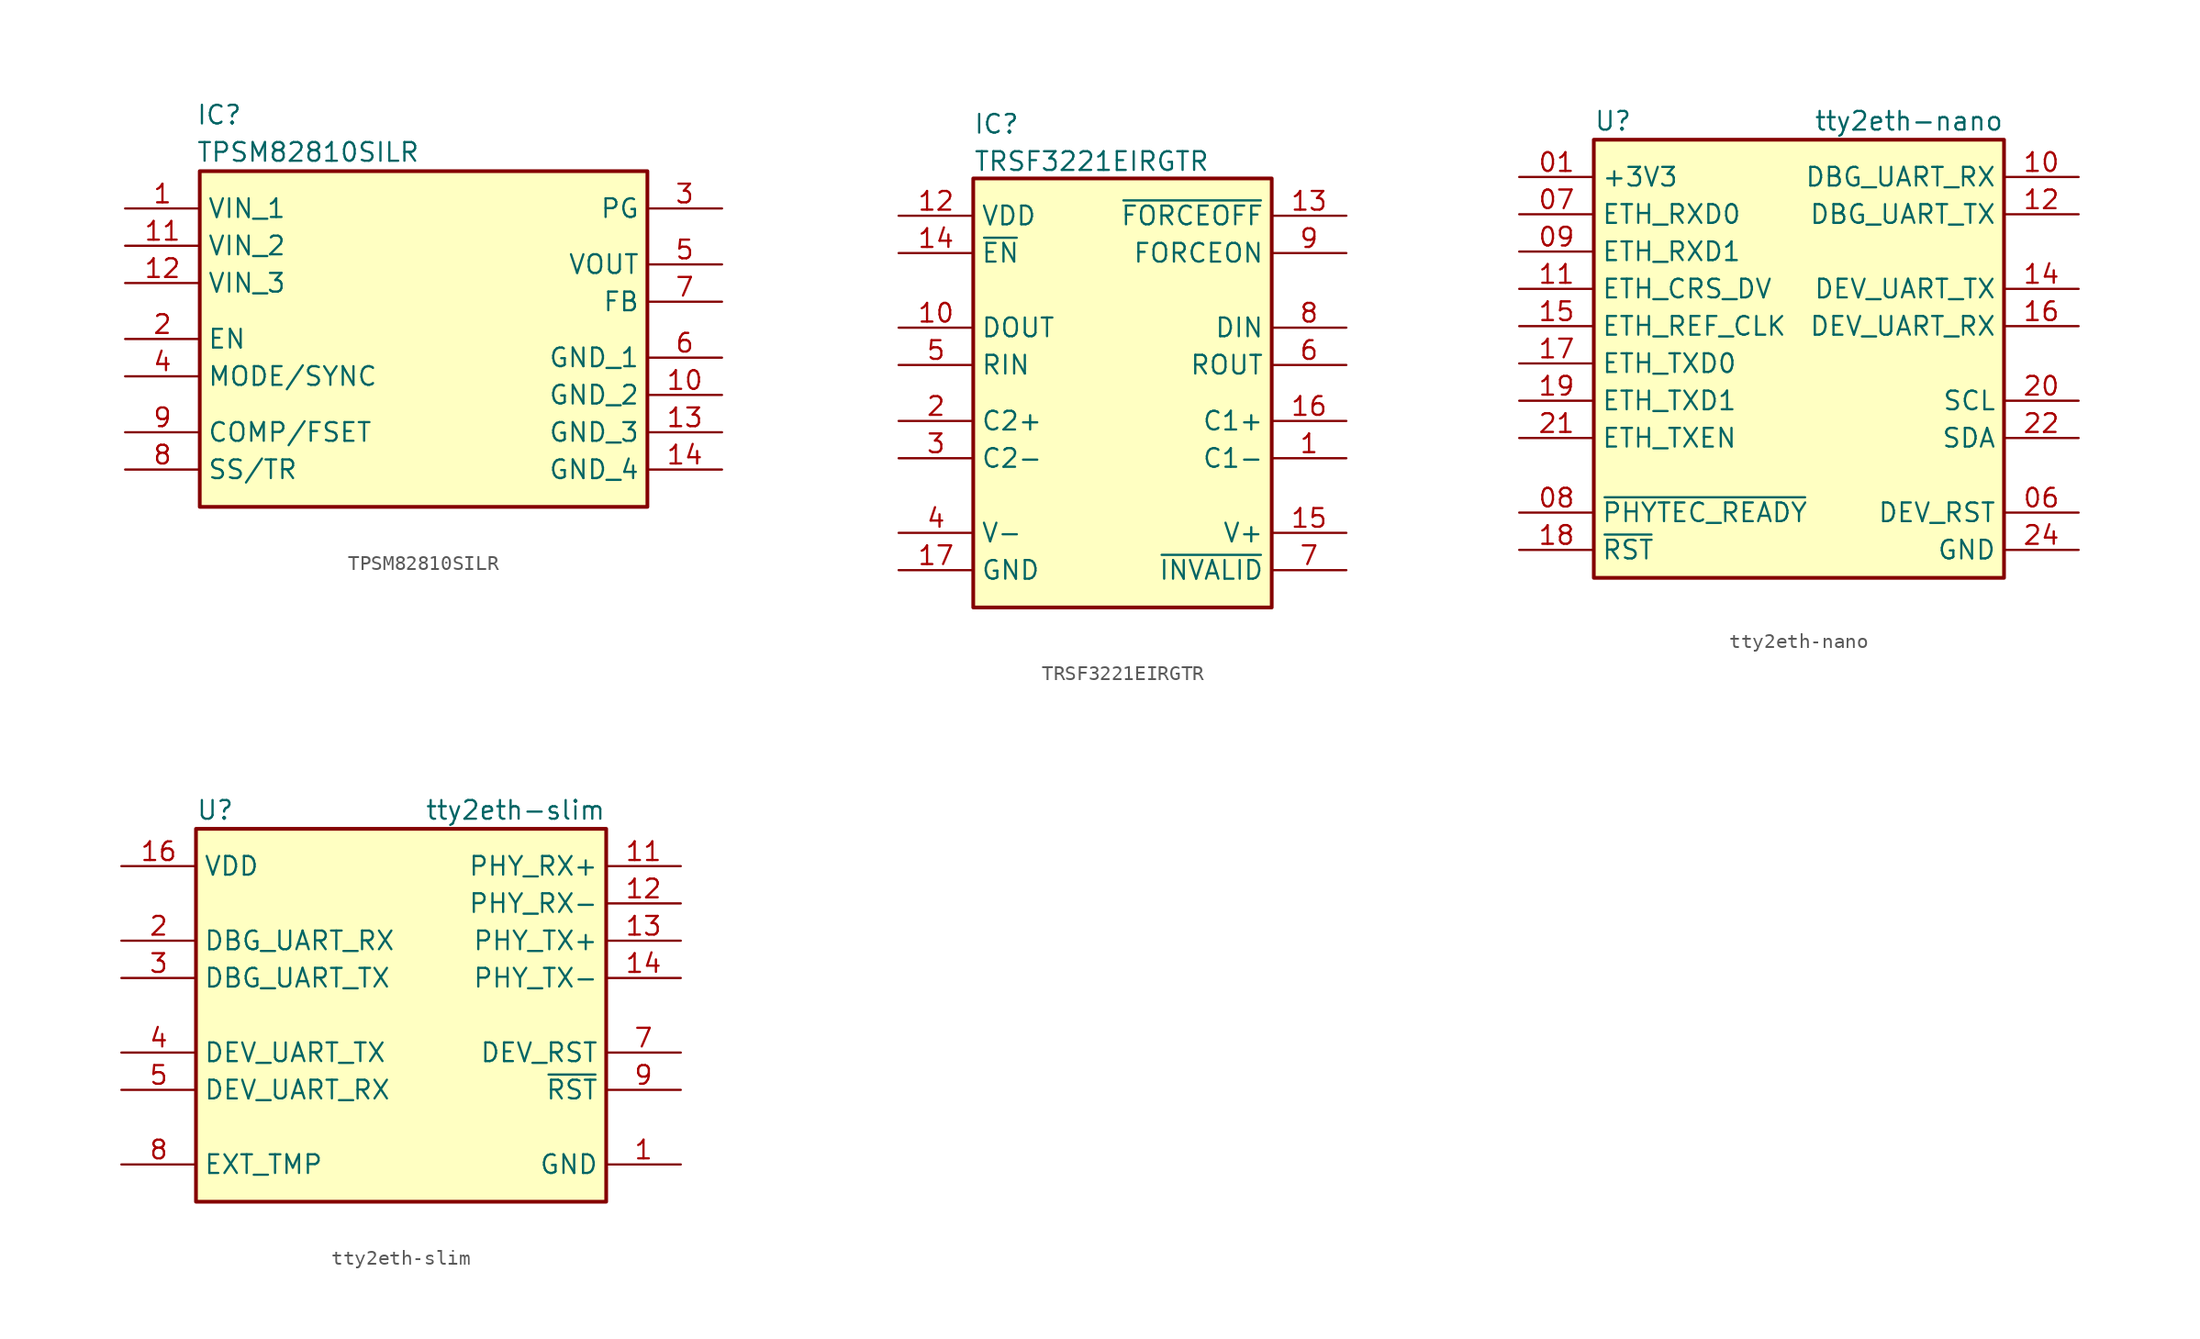
<source format=kicad_sym>
(kicad_symbol_lib
  (version 20231120)
  (generator "kicad_symbol_editor")
  (generator_version "8.0")
  (symbol "TPSM82810SILR"
    (property "Reference" "IC"
      (at 4.826 7.112 0)
      (effects (font (size 1.27 1.27)) (justify left top)))
    (property "Value" "TPSM82810SILR"
      (at 4.826 4.572 0)
      (effects (font (size 1.27 1.27)) (justify left top)))
    (symbol "TPSM82810SILR_1_1"
      (rectangle (start 5.08 2.54) (end 35.56 -20.32) (stroke (width 0.254) (type default)) (fill (type background)))
      (pin power_in line (at 0 0 0) (length 5.08) (name "VIN_1" (effects (font (size 1.27 1.27)))) (number "1" (effects (font (size 1.27 1.27)))))
      (pin power_in line (at 40.64 -12.7 180) (length 5.08) (name "GND_2" (effects (font (size 1.27 1.27)))) (number "10" (effects (font (size 1.27 1.27)))))
      (pin power_in line (at 0 -2.54 0) (length 5.08) (name "VIN_2" (effects (font (size 1.27 1.27)))) (number "11" (effects (font (size 1.27 1.27)))))
      (pin power_in line (at 0 -5.08 0) (length 5.08) (name "VIN_3" (effects (font (size 1.27 1.27)))) (number "12" (effects (font (size 1.27 1.27)))))
      (pin power_in line (at 40.64 -15.24 180) (length 5.08) (name "GND_3" (effects (font (size 1.27 1.27)))) (number "13" (effects (font (size 1.27 1.27)))))
      (pin power_in line (at 40.64 -17.78 180) (length 5.08) (name "GND_4" (effects (font (size 1.27 1.27)))) (number "14" (effects (font (size 1.27 1.27)))))
      (pin input line (at 0 -8.89 0) (length 5.08) (name "EN" (effects (font (size 1.27 1.27)))) (number "2" (effects (font (size 1.27 1.27)))))
      (pin passive line (at 40.64 0 180) (length 5.08) (name "PG" (effects (font (size 1.27 1.27)))) (number "3" (effects (font (size 1.27 1.27)))))
      (pin input line (at 0 -11.43 0) (length 5.08) (name "MODE/SYNC" (effects (font (size 1.27 1.27)))) (number "4" (effects (font (size 1.27 1.27)))))
      (pin power_out line (at 40.64 -3.81 180) (length 5.08) (name "VOUT" (effects (font (size 1.27 1.27)))) (number "5" (effects (font (size 1.27 1.27)))))
      (pin power_in line (at 40.64 -10.16 180) (length 5.08) (name "GND_1" (effects (font (size 1.27 1.27)))) (number "6" (effects (font (size 1.27 1.27)))))
      (pin passive line (at 40.64 -6.35 180) (length 5.08) (name "FB" (effects (font (size 1.27 1.27)))) (number "7" (effects (font (size 1.27 1.27)))))
      (pin passive line (at 0 -17.78 0) (length 5.08) (name "SS/TR" (effects (font (size 1.27 1.27)))) (number "8" (effects (font (size 1.27 1.27)))))
      (pin passive line (at 0 -15.24 0) (length 5.08) (name "COMP/FSET" (effects (font (size 1.27 1.27)))) (number "9" (effects (font (size 1.27 1.27)))))))
  (symbol "TRSF3221EIRGTR"
    (property "Reference" "IC"
      (at 5.08 6.985 0)
      (effects (font (size 1.27 1.27)) (justify left top)))
    (property "Value" "TRSF3221EIRGTR"
      (at 5.08 4.445 0)
      (effects (font (size 1.27 1.27)) (justify left top)))
    (symbol "TRSF3221EIRGTR_1_1"
      (rectangle (start 5.08 2.54) (end 25.4 -26.67) (stroke (width 0.254) (type default)) (fill (type background)))
      (pin passive line (at 30.48 -16.51 180) (length 5.08) (name "C1-" (effects (font (size 1.27 1.27)))) (number "1" (effects (font (size 1.27 1.27)))))
      (pin passive line (at 0 -7.62 0) (length 5.08) (name "DOUT" (effects (font (size 1.27 1.27)))) (number "10" (effects (font (size 1.27 1.27)))))
      (pin passive line (at 0 -24.13 0) (length 5.08) hide (name "GND" (effects (font (size 1.27 1.27)))) (number "11" (effects (font (size 1.27 1.27)))))
      (pin passive line (at 0 0 0) (length 5.08) (name "VDD" (effects (font (size 1.27 1.27)))) (number "12" (effects (font (size 1.27 1.27)))))
      (pin passive line (at 30.48 0 180) (length 5.08) (name "~{FORCEOFF}" (effects (font (size 1.27 1.27)))) (number "13" (effects (font (size 1.27 1.27)))))
      (pin passive line (at 0 -2.54 0) (length 5.08) (name "~{EN}" (effects (font (size 1.27 1.27)))) (number "14" (effects (font (size 1.27 1.27)))))
      (pin passive line (at 30.48 -21.59 180) (length 5.08) (name "V+" (effects (font (size 1.27 1.27)))) (number "15" (effects (font (size 1.27 1.27)))))
      (pin passive line (at 30.48 -13.97 180) (length 5.08) (name "C1+" (effects (font (size 1.27 1.27)))) (number "16" (effects (font (size 1.27 1.27)))))
      (pin passive line (at 0 -24.13 0) (length 5.08) (name "GND" (effects (font (size 1.27 1.27)))) (number "17" (effects (font (size 1.27 1.27)))))
      (pin passive line (at 0 -13.97 0) (length 5.08) (name "C2+" (effects (font (size 1.27 1.27)))) (number "2" (effects (font (size 1.27 1.27)))))
      (pin passive line (at 0 -16.51 0) (length 5.08) (name "C2-" (effects (font (size 1.27 1.27)))) (number "3" (effects (font (size 1.27 1.27)))))
      (pin passive line (at 0 -21.59 0) (length 5.08) (name "V-" (effects (font (size 1.27 1.27)))) (number "4" (effects (font (size 1.27 1.27)))))
      (pin passive line (at 0 -10.16 0) (length 5.08) (name "RIN" (effects (font (size 1.27 1.27)))) (number "5" (effects (font (size 1.27 1.27)))))
      (pin passive line (at 30.48 -10.16 180) (length 5.08) (name "ROUT" (effects (font (size 1.27 1.27)))) (number "6" (effects (font (size 1.27 1.27)))))
      (pin passive line (at 30.48 -24.13 180) (length 5.08) (name "~{INVALID}" (effects (font (size 1.27 1.27)))) (number "7" (effects (font (size 1.27 1.27)))))
      (pin passive line (at 30.48 -7.62 180) (length 5.08) (name "DIN" (effects (font (size 1.27 1.27)))) (number "8" (effects (font (size 1.27 1.27)))))
      (pin passive line (at 30.48 -2.54 180) (length 5.08) (name "FORCEON" (effects (font (size 1.27 1.27)))) (number "9" (effects (font (size 1.27 1.27)))))))
  (symbol "tty2eth-nano"
    (property "Reference" "U"
      (at 5.08 3.81 0)
      (effects (font (size 1.27 1.27)) (justify left)))
    (property "Value" "tty2eth-nano"
      (at 33.02 3.81 0)
      (effects (font (size 1.27 1.27)) (justify right)))
    (symbol "tty2eth-nano_1_0"
      (pin power_in line (at 0 0 0) (length 5.08) hide (name "+3V3" (effects (font (size 1.27 1.27)))) (number "02" (effects (font (size 1.27 1.27)))))
      (pin power_in line (at 0 0 0) (length 5.08) hide (name "+3V3" (effects (font (size 1.27 1.27)))) (number "03" (effects (font (size 1.27 1.27)))))
      (pin power_in line (at 38.1 -25.4 180) (length 5.08) hide (name "GND" (effects (font (size 1.27 1.27)))) (number "04" (effects (font (size 1.27 1.27)))))
      (pin power_in line (at 38.1 -25.4 180) (length 5.08) hide (name "GND" (effects (font (size 1.27 1.27)))) (number "05" (effects (font (size 1.27 1.27)))))
      (pin output line (at 38.1 -22.86 180) (length 5.08) (name "DEV_RST" (effects (font (size 1.27 1.27)))) (number "06" (effects (font (size 1.27 1.27)))))
      (pin input line (at 0 -2.54 0) (length 5.08) (name "ETH_RXD0" (effects (font (size 1.27 1.27)))) (number "07" (effects (font (size 1.27 1.27)))))
      (pin input line (at 0 -22.86 0) (length 5.08) (name "~{PHYTEC_READY}" (effects (font (size 1.27 1.27)))) (number "08" (effects (font (size 1.27 1.27)))))
      (pin input line (at 0 -5.08 0) (length 5.08) (name "ETH_RXD1" (effects (font (size 1.27 1.27)))) (number "09" (effects (font (size 1.27 1.27)))))
      (pin input line (at 38.1 0 180) (length 5.08) (name "DBG_UART_RX" (effects (font (size 1.27 1.27)))) (number "10" (effects (font (size 1.27 1.27)))))
      (pin output line (at 0 -7.62 0) (length 5.08) (name "ETH_CRS_DV" (effects (font (size 1.27 1.27)))) (number "11" (effects (font (size 1.27 1.27)))))
      (pin output line (at 38.1 -2.54 180) (length 5.08) (name "DBG_UART_TX" (effects (font (size 1.27 1.27)))) (number "12" (effects (font (size 1.27 1.27)))))
      (pin power_in line (at 38.1 -25.4 180) (length 5.08) hide (name "GND" (effects (font (size 1.27 1.27)))) (number "13" (effects (font (size 1.27 1.27)))))
      (pin output line (at 38.1 -7.62 180) (length 5.08) (name "DEV_UART_TX" (effects (font (size 1.27 1.27)))) (number "14" (effects (font (size 1.27 1.27)))))
      (pin input line (at 0 -10.16 0) (length 5.08) (name "ETH_REF_CLK" (effects (font (size 1.27 1.27)))) (number "15" (effects (font (size 1.27 1.27)))))
      (pin input line (at 38.1 -10.16 180) (length 5.08) (name "DEV_UART_RX" (effects (font (size 1.27 1.27)))) (number "16" (effects (font (size 1.27 1.27)))))
      (pin input line (at 0 -12.7 0) (length 5.08) (name "ETH_TXD0" (effects (font (size 1.27 1.27)))) (number "17" (effects (font (size 1.27 1.27)))))
      (pin input line (at 0 -25.4 0) (length 5.08) (name "~{RST}" (effects (font (size 1.27 1.27)))) (number "18" (effects (font (size 1.27 1.27)))))
      (pin input line (at 0 -15.24 0) (length 5.08) (name "ETH_TXD1" (effects (font (size 1.27 1.27)))) (number "19" (effects (font (size 1.27 1.27)))))
      (pin output line (at 38.1 -15.24 180) (length 5.08) (name "SCL" (effects (font (size 1.27 1.27)))) (number "20" (effects (font (size 1.27 1.27)))))
      (pin input line (at 0 -17.78 0) (length 5.08) (name "ETH_TXEN" (effects (font (size 1.27 1.27)))) (number "21" (effects (font (size 1.27 1.27)))))
      (pin bidirectional line (at 38.1 -17.78 180) (length 5.08) (name "SDA" (effects (font (size 1.27 1.27)))) (number "22" (effects (font (size 1.27 1.27)))))
      (pin power_in line (at 38.1 -25.4 180) (length 5.08) hide (name "GND" (effects (font (size 1.27 1.27)))) (number "23" (effects (font (size 1.27 1.27)))))
      (pin power_in line (at 38.1 -25.4 180) (length 5.08) (name "GND" (effects (font (size 1.27 1.27)))) (number "24" (effects (font (size 1.27 1.27))))))
    (symbol "tty2eth-nano_1_1"
      (rectangle (start 5.08 2.54) (end 33.02 -27.305) (stroke (width 0.254) (type default)) (fill (type background)))
      (pin power_in line (at 0 0 0) (length 5.08) (name "+3V3" (effects (font (size 1.27 1.27)))) (number "01" (effects (font (size 1.27 1.27)))))))
  (symbol "tty2eth-slim"
    (property "Reference" "U"
      (at 5.08 3.81 0)
      (effects (font (size 1.27 1.27)) (justify left)))
    (property "Value" "tty2eth-slim"
      (at 33.02 3.81 0)
      (effects (font (size 1.27 1.27)) (justify right)))
    (symbol "tty2eth-slim_1_0"
      (pin power_in line (at 38.1 -20.32 180) (length 5.08) hide (name "GND" (effects (font (size 1.27 1.27)))) (number "10" (effects (font (size 1.27 1.27)))))
      (pin output line (at 38.1 0 180) (length 5.08) (name "PHY_RX+" (effects (font (size 1.27 1.27)))) (number "11" (effects (font (size 1.27 1.27)))))
      (pin output line (at 38.1 -2.54 180) (length 5.08) (name "PHY_RX-" (effects (font (size 1.27 1.27)))) (number "12" (effects (font (size 1.27 1.27)))))
      (pin output line (at 38.1 -5.08 180) (length 5.08) (name "PHY_TX+" (effects (font (size 1.27 1.27)))) (number "13" (effects (font (size 1.27 1.27)))))
      (pin output line (at 38.1 -7.62 180) (length 5.08) (name "PHY_TX-" (effects (font (size 1.27 1.27)))) (number "14" (effects (font (size 1.27 1.27)))))
      (pin power_in line (at 38.1 -20.32 180) (length 5.08) hide (name "GND" (effects (font (size 1.27 1.27)))) (number "15" (effects (font (size 1.27 1.27)))))
      (pin power_in line (at 0 0 0) (length 5.08) (name "VDD" (effects (font (size 1.27 1.27)))) (number "16" (effects (font (size 1.27 1.27)))))
      (pin power_in line (at 0 0 0) (length 5.08) hide (name "VCC" (effects (font (size 1.27 1.27)))) (number "17" (effects (font (size 1.27 1.27)))))
      (pin input line (at 0 -5.08 0) (length 5.08) (name "DBG_UART_RX" (effects (font (size 1.27 1.27)))) (number "2" (effects (font (size 1.27 1.27)))))
      (pin output line (at 0 -7.62 0) (length 5.08) (name "DBG_UART_TX" (effects (font (size 1.27 1.27)))) (number "3" (effects (font (size 1.27 1.27)))))
      (pin output line (at 0 -12.7 0) (length 5.08) (name "DEV_UART_TX" (effects (font (size 1.27 1.27)))) (number "4" (effects (font (size 1.27 1.27)))))
      (pin input line (at 0 -15.24 0) (length 5.08) (name "DEV_UART_RX" (effects (font (size 1.27 1.27)))) (number "5" (effects (font (size 1.27 1.27)))))
      (pin power_in line (at 38.1 -20.32 180) (length 5.08) hide (name "GND" (effects (font (size 1.27 1.27)))) (number "6" (effects (font (size 1.27 1.27)))))
      (pin output line (at 38.1 -12.7 180) (length 5.08) (name "DEV_RST" (effects (font (size 1.27 1.27)))) (number "7" (effects (font (size 1.27 1.27)))))
      (pin input line (at 0 -20.32 0) (length 5.08) (name "EXT_TMP" (effects (font (size 1.27 1.27)))) (number "8" (effects (font (size 1.27 1.27)))))
      (pin input line (at 38.1 -15.24 180) (length 5.08) (name "~{RST}" (effects (font (size 1.27 1.27)))) (number "9" (effects (font (size 1.27 1.27))))))
    (symbol "tty2eth-slim_1_1"
      (rectangle (start 5.08 2.54) (end 33.02 -22.86) (stroke (width 0.254) (type default)) (fill (type background)))
      (pin power_in line (at 38.1 -20.32 180) (length 5.08) (name "GND" (effects (font (size 1.27 1.27)))) (number "1" (effects (font (size 1.27 1.27))))))))
</source>
